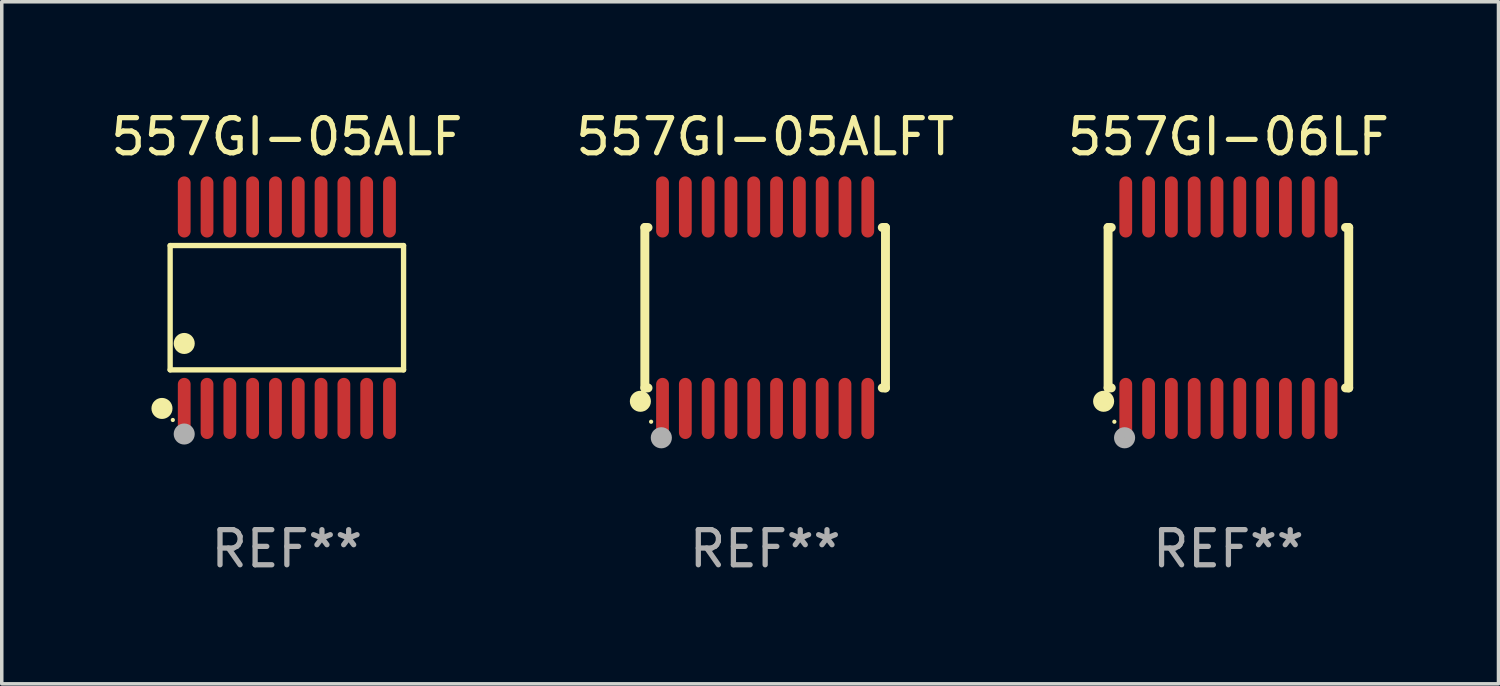
<source format=kicad_pcb>
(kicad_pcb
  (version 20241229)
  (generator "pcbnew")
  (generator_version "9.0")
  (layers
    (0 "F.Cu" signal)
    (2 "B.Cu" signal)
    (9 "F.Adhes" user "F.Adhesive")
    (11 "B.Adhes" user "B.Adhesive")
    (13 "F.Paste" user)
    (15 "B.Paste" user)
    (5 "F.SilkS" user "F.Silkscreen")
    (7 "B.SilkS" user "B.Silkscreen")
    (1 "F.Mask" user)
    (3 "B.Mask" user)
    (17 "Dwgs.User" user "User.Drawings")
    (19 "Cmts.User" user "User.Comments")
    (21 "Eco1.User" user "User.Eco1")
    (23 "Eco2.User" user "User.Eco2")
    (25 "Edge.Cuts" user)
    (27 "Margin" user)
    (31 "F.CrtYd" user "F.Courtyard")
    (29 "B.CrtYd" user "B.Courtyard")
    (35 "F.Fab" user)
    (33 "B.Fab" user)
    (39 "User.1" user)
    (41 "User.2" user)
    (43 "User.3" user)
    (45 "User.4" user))
  (footprint "557GI-06LF"
    (layer "F.Cu")
    (at 31.958 5.719)
    (property "Reference" "557GI-06LF" (at 0 -4.871 0) (layer "F.SilkS") (effects (font (size 1 1) (thickness 0.15))))
    (attr through_hole)
    (fp_line (start -3.429 -2.286) (end -3.429 2.286) (stroke (width 0.254) (type solid)) (layer "F.SilkS"))
    (fp_line (start -3.429 2.286) (end -3.338 2.286) (stroke (width 0.254) (type solid)) (layer "F.SilkS"))
    (fp_line (start -3.338 -2.286) (end -3.429 -2.286) (stroke (width 0.254) (type solid)) (layer "F.SilkS"))
    (fp_line (start 3.338 -2.286) (end 3.429 -2.286) (stroke (width 0.254) (type solid)) (layer "F.SilkS"))
    (fp_line (start 3.429 -2.286) (end 3.429 2.286) (stroke (width 0.254) (type solid)) (layer "F.SilkS"))
    (fp_line (start 3.429 2.286) (end 3.338 2.286) (stroke (width 0.254) (type solid)) (layer "F.SilkS"))
    (fp_circle (center -3.556 2.667) (end -3.406 2.667) (stroke (width 0.3) (type solid)) (fill no) (layer "F.SilkS"))
    (fp_circle (center -3.25 3.25) (end -3.22 3.25) (stroke (width 0.06) (type solid)) (fill no) (layer "F.SilkS"))
    (fp_circle (center -2.959 3.707) (end -2.808 3.707) (stroke (width 0.3) (type solid)) (fill no) (layer "F.Fab"))
    (fp_text user "REF**" (at 0 6.871 0) (layer "F.Fab") (effects (font (size 1 1) (thickness 0.15))))
    (pad "1" smd oval (at -2.925 2.871) (size 0.364 1.742) (layers "F.Cu" "F.Mask" "F.Paste"))
    (pad "2" smd oval (at -2.275 2.871) (size 0.364 1.742) (layers "F.Cu" "F.Mask" "F.Paste"))
    (pad "3" smd oval (at -1.625 2.871) (size 0.364 1.742) (layers "F.Cu" "F.Mask" "F.Paste"))
    (pad "4" smd oval (at -0.975 2.871) (size 0.364 1.742) (layers "F.Cu" "F.Mask" "F.Paste"))
    (pad "5" smd oval (at -0.325 2.871) (size 0.364 1.742) (layers "F.Cu" "F.Mask" "F.Paste"))
    (pad "6" smd oval (at 0.325 2.871) (size 0.364 1.742) (layers "F.Cu" "F.Mask" "F.Paste"))
    (pad "7" smd oval (at 0.975 2.871) (size 0.364 1.742) (layers "F.Cu" "F.Mask" "F.Paste"))
    (pad "8" smd oval (at 1.625 2.871) (size 0.364 1.742) (layers "F.Cu" "F.Mask" "F.Paste"))
    (pad "9" smd oval (at 2.275 2.871) (size 0.364 1.742) (layers "F.Cu" "F.Mask" "F.Paste"))
    (pad "10" smd oval (at 2.925 2.871) (size 0.364 1.742) (layers "F.Cu" "F.Mask" "F.Paste"))
    (pad "11" smd oval (at 2.925 -2.871) (size 0.364 1.742) (layers "F.Cu" "F.Mask" "F.Paste"))
    (pad "12" smd oval (at 2.275 -2.871) (size 0.364 1.742) (layers "F.Cu" "F.Mask" "F.Paste"))
    (pad "13" smd oval (at 1.625 -2.871) (size 0.364 1.742) (layers "F.Cu" "F.Mask" "F.Paste"))
    (pad "14" smd oval (at 0.975 -2.871) (size 0.364 1.742) (layers "F.Cu" "F.Mask" "F.Paste"))
    (pad "15" smd oval (at 0.325 -2.871) (size 0.364 1.742) (layers "F.Cu" "F.Mask" "F.Paste"))
    (pad "16" smd oval (at -0.325 -2.871) (size 0.364 1.742) (layers "F.Cu" "F.Mask" "F.Paste"))
    (pad "17" smd oval (at -0.975 -2.871) (size 0.364 1.742) (layers "F.Cu" "F.Mask" "F.Paste"))
    (pad "18" smd oval (at -1.625 -2.871) (size 0.364 1.742) (layers "F.Cu" "F.Mask" "F.Paste"))
    (pad "19" smd oval (at -2.275 -2.871) (size 0.364 1.742) (layers "F.Cu" "F.Mask" "F.Paste"))
    (pad "20" smd oval (at -2.925 -2.871) (size 0.364 1.742) (layers "F.Cu" "F.Mask" "F.Paste")))
  (footprint "557GI-05ALFT"
    (layer "F.Cu")
    (at 18.756 5.719)
    (property "Reference" "557GI-05ALFT" (at 0 -4.871 0) (layer "F.SilkS") (effects (font (size 1 1) (thickness 0.15))))
    (attr through_hole)
    (fp_line (start -3.429 -2.286) (end -3.429 2.286) (stroke (width 0.254) (type solid)) (layer "F.SilkS"))
    (fp_line (start -3.429 2.286) (end -3.338 2.286) (stroke (width 0.254) (type solid)) (layer "F.SilkS"))
    (fp_line (start -3.338 -2.286) (end -3.429 -2.286) (stroke (width 0.254) (type solid)) (layer "F.SilkS"))
    (fp_line (start 3.338 -2.286) (end 3.429 -2.286) (stroke (width 0.254) (type solid)) (layer "F.SilkS"))
    (fp_line (start 3.429 -2.286) (end 3.429 2.286) (stroke (width 0.254) (type solid)) (layer "F.SilkS"))
    (fp_line (start 3.429 2.286) (end 3.338 2.286) (stroke (width 0.254) (type solid)) (layer "F.SilkS"))
    (fp_circle (center -3.556 2.667) (end -3.406 2.667) (stroke (width 0.3) (type solid)) (fill no) (layer "F.SilkS"))
    (fp_circle (center -3.25 3.25) (end -3.22 3.25) (stroke (width 0.06) (type solid)) (fill no) (layer "F.SilkS"))
    (fp_circle (center -2.959 3.707) (end -2.808 3.707) (stroke (width 0.3) (type solid)) (fill no) (layer "F.Fab"))
    (fp_text user "REF**" (at 0 6.871 0) (layer "F.Fab") (effects (font (size 1 1) (thickness 0.15))))
    (pad "1" smd oval (at -2.925 2.871) (size 0.364 1.742) (layers "F.Cu" "F.Mask" "F.Paste"))
    (pad "2" smd oval (at -2.275 2.871) (size 0.364 1.742) (layers "F.Cu" "F.Mask" "F.Paste"))
    (pad "3" smd oval (at -1.625 2.871) (size 0.364 1.742) (layers "F.Cu" "F.Mask" "F.Paste"))
    (pad "4" smd oval (at -0.975 2.871) (size 0.364 1.742) (layers "F.Cu" "F.Mask" "F.Paste"))
    (pad "5" smd oval (at -0.325 2.871) (size 0.364 1.742) (layers "F.Cu" "F.Mask" "F.Paste"))
    (pad "6" smd oval (at 0.325 2.871) (size 0.364 1.742) (layers "F.Cu" "F.Mask" "F.Paste"))
    (pad "7" smd oval (at 0.975 2.871) (size 0.364 1.742) (layers "F.Cu" "F.Mask" "F.Paste"))
    (pad "8" smd oval (at 1.625 2.871) (size 0.364 1.742) (layers "F.Cu" "F.Mask" "F.Paste"))
    (pad "9" smd oval (at 2.275 2.871) (size 0.364 1.742) (layers "F.Cu" "F.Mask" "F.Paste"))
    (pad "10" smd oval (at 2.925 2.871) (size 0.364 1.742) (layers "F.Cu" "F.Mask" "F.Paste"))
    (pad "11" smd oval (at 2.925 -2.871) (size 0.364 1.742) (layers "F.Cu" "F.Mask" "F.Paste"))
    (pad "12" smd oval (at 2.275 -2.871) (size 0.364 1.742) (layers "F.Cu" "F.Mask" "F.Paste"))
    (pad "13" smd oval (at 1.625 -2.871) (size 0.364 1.742) (layers "F.Cu" "F.Mask" "F.Paste"))
    (pad "14" smd oval (at 0.975 -2.871) (size 0.364 1.742) (layers "F.Cu" "F.Mask" "F.Paste"))
    (pad "15" smd oval (at 0.325 -2.871) (size 0.364 1.742) (layers "F.Cu" "F.Mask" "F.Paste"))
    (pad "16" smd oval (at -0.325 -2.871) (size 0.364 1.742) (layers "F.Cu" "F.Mask" "F.Paste"))
    (pad "17" smd oval (at -0.975 -2.871) (size 0.364 1.742) (layers "F.Cu" "F.Mask" "F.Paste"))
    (pad "18" smd oval (at -1.625 -2.871) (size 0.364 1.742) (layers "F.Cu" "F.Mask" "F.Paste"))
    (pad "19" smd oval (at -2.275 -2.871) (size 0.364 1.742) (layers "F.Cu" "F.Mask" "F.Paste"))
    (pad "20" smd oval (at -2.925 -2.871) (size 0.364 1.742) (layers "F.Cu" "F.Mask" "F.Paste")))
  (footprint "557GI-05ALF"
    (layer "F.Cu")
    (at 5.125 5.719)
    (property "Reference" "557GI-05ALF" (at 0 -4.871 0) (layer "F.SilkS") (effects (font (size 1 1) (thickness 0.15))))
    (attr through_hole)
    (fp_line (start -3.326 -1.771) (end 3.326 -1.771) (stroke (width 0.152) (type solid)) (layer "F.SilkS"))
    (fp_line (start -3.326 1.771) (end -3.326 -1.771) (stroke (width 0.152) (type solid)) (layer "F.SilkS"))
    (fp_line (start 3.326 -1.771) (end 3.326 1.771) (stroke (width 0.152) (type solid)) (layer "F.SilkS"))
    (fp_line (start 3.326 1.771) (end -3.326 1.771) (stroke (width 0.152) (type solid)) (layer "F.SilkS"))
    (fp_circle (center -3.559 2.871) (end -3.409 2.871) (stroke (width 0.3) (type solid)) (fill no) (layer "F.SilkS"))
    (fp_circle (center -3.25 3.2) (end -3.22 3.2) (stroke (width 0.06) (type solid)) (fill no) (layer "F.SilkS"))
    (fp_circle (center -2.925 1.019) (end -2.775 1.019) (stroke (width 0.3) (type solid)) (fill no) (layer "F.SilkS"))
    (fp_circle (center -2.925 3.6) (end -2.775 3.6) (stroke (width 0.3) (type solid)) (fill no) (layer "F.Fab"))
    (fp_text user "REF**" (at 0 6.871 0) (layer "F.Fab") (effects (font (size 1 1) (thickness 0.15))))
    (pad "1" smd oval (at -2.925 2.871) (size 0.364 1.742) (layers "F.Cu" "F.Mask" "F.Paste"))
    (pad "2" smd oval (at -2.275 2.871) (size 0.364 1.742) (layers "F.Cu" "F.Mask" "F.Paste"))
    (pad "3" smd oval (at -1.625 2.871) (size 0.364 1.742) (layers "F.Cu" "F.Mask" "F.Paste"))
    (pad "4" smd oval (at -0.975 2.871) (size 0.364 1.742) (layers "F.Cu" "F.Mask" "F.Paste"))
    (pad "5" smd oval (at -0.325 2.871) (size 0.364 1.742) (layers "F.Cu" "F.Mask" "F.Paste"))
    (pad "6" smd oval (at 0.325 2.871) (size 0.364 1.742) (layers "F.Cu" "F.Mask" "F.Paste"))
    (pad "7" smd oval (at 0.975 2.871) (size 0.364 1.742) (layers "F.Cu" "F.Mask" "F.Paste"))
    (pad "8" smd oval (at 1.625 2.871) (size 0.364 1.742) (layers "F.Cu" "F.Mask" "F.Paste"))
    (pad "9" smd oval (at 2.275 2.871) (size 0.364 1.742) (layers "F.Cu" "F.Mask" "F.Paste"))
    (pad "10" smd oval (at 2.925 2.871) (size 0.364 1.742) (layers "F.Cu" "F.Mask" "F.Paste"))
    (pad "11" smd oval (at 2.925 -2.871) (size 0.364 1.742) (layers "F.Cu" "F.Mask" "F.Paste"))
    (pad "12" smd oval (at 2.275 -2.871) (size 0.364 1.742) (layers "F.Cu" "F.Mask" "F.Paste"))
    (pad "13" smd oval (at 1.625 -2.871) (size 0.364 1.742) (layers "F.Cu" "F.Mask" "F.Paste"))
    (pad "14" smd oval (at 0.975 -2.871) (size 0.364 1.742) (layers "F.Cu" "F.Mask" "F.Paste"))
    (pad "15" smd oval (at 0.325 -2.871) (size 0.364 1.742) (layers "F.Cu" "F.Mask" "F.Paste"))
    (pad "16" smd oval (at -0.325 -2.871) (size 0.364 1.742) (layers "F.Cu" "F.Mask" "F.Paste"))
    (pad "17" smd oval (at -0.975 -2.871) (size 0.364 1.742) (layers "F.Cu" "F.Mask" "F.Paste"))
    (pad "18" smd oval (at -1.625 -2.871) (size 0.364 1.742) (layers "F.Cu" "F.Mask" "F.Paste"))
    (pad "19" smd oval (at -2.275 -2.871) (size 0.364 1.742) (layers "F.Cu" "F.Mask" "F.Paste"))
    (pad "20" smd oval (at -2.925 -2.871) (size 0.364 1.742) (layers "F.Cu" "F.Mask" "F.Paste")))
  (gr_rect
    (start -3 -3)
    (end 39.655 16.438)
    (stroke (width 0.1) (type default))
    (fill no)
    (layer "Edge.Cuts")))
</source>
